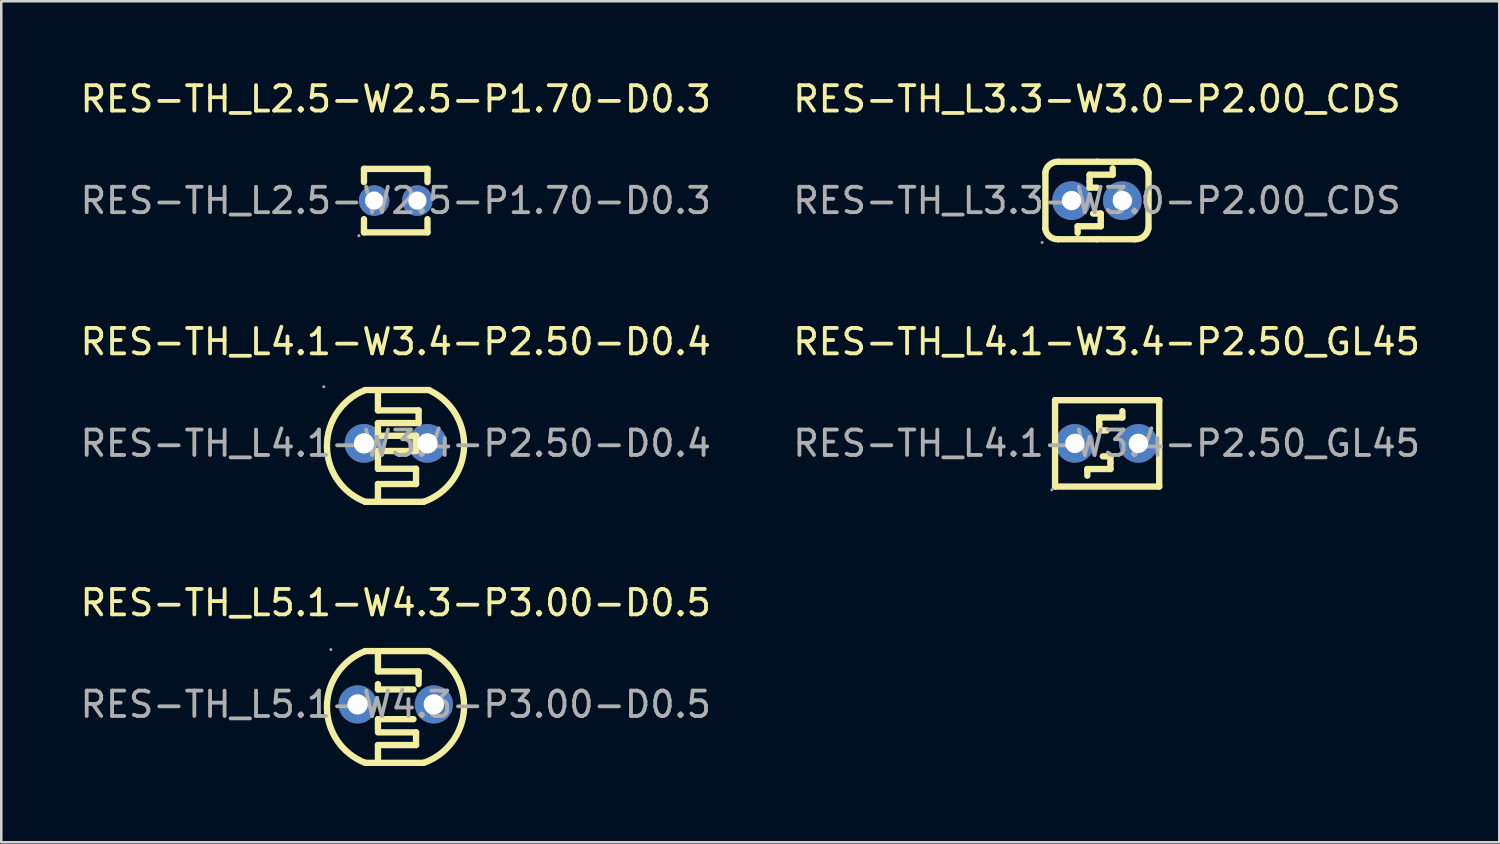
<source format=kicad_pcb>
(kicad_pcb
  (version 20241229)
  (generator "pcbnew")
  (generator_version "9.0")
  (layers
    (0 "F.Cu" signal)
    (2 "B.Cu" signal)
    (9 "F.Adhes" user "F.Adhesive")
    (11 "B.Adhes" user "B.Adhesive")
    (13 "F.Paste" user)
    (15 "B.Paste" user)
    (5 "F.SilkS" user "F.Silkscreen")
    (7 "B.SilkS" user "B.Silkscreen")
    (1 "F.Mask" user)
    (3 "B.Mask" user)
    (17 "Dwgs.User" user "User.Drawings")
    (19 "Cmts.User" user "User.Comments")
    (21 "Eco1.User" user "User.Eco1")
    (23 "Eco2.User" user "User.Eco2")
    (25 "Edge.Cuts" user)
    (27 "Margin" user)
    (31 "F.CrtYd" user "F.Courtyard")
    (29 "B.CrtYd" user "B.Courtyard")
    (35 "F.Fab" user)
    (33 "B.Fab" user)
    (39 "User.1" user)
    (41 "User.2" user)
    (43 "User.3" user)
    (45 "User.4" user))
  (footprint "RES-TH_L4.1-W3.4-P2.50_GL45"
    (layer "F.Cu")
    (at 40.518 14.406)
    (property "Reference" "RES-TH_L4.1-W3.4-P2.50_GL45" (at 0 -4 0) (layer "F.SilkS") (effects (font (size 1 1) (thickness 0.15))))
    (attr through_hole)
    (fp_line (start -2.03 -1.7) (end -2.03 1.7) (stroke (width 0.25) (type solid)) (layer "F.SilkS"))
    (fp_line (start -2.03 -1.7) (end 2.07 -1.7) (stroke (width 0.25) (type solid)) (layer "F.SilkS"))
    (fp_line (start -2.03 1.7) (end 2.07 1.7) (stroke (width 0.25) (type solid)) (layer "F.SilkS"))
    (fp_line (start -0.76 1.01) (end -0.76 1.27) (stroke (width 0.25) (type solid)) (layer "F.SilkS"))
    (fp_line (start -0.29 -1.02) (end 0.62 -1.02) (stroke (width 0.25) (type solid)) (layer "F.SilkS"))
    (fp_line (start -0.29 -0.76) (end -0.29 -1.02) (stroke (width 0.25) (type solid)) (layer "F.SilkS"))
    (fp_line (start -0.29 -0.51) (end -0.29 -0.76) (stroke (width 0.25) (type solid)) (layer "F.SilkS"))
    (fp_line (start -0.15 0.51) (end 0.15 0.51) (stroke (width 0.25) (type solid)) (layer "F.SilkS"))
    (fp_line (start 0 -0.51) (end -0.29 -0.51) (stroke (width 0.25) (type solid)) (layer "F.SilkS"))
    (fp_line (start 0.15 0.51) (end 0.15 0.76) (stroke (width 0.25) (type solid)) (layer "F.SilkS"))
    (fp_line (start 0.15 0.76) (end 0.15 1.01) (stroke (width 0.25) (type solid)) (layer "F.SilkS"))
    (fp_line (start 0.15 1.01) (end -0.76 1.01) (stroke (width 0.25) (type solid)) (layer "F.SilkS"))
    (fp_line (start 0.62 -1.02) (end 0.62 -1.27) (stroke (width 0.25) (type solid)) (layer "F.SilkS"))
    (fp_line (start 2.07 -1.7) (end 2.07 1.7) (stroke (width 0.25) (type solid)) (layer "F.SilkS"))
    (fp_circle (center -2.16 1.83) (end -2.13 1.83) (stroke (width 0.06) (type solid)) (fill no) (layer "F.Fab"))
    (fp_circle (center -1.25 0) (end -1.11 0) (stroke (width 0.28) (type solid)) (fill no) (layer "F.Fab"))
    (fp_circle (center 1.25 0) (end 1.39 0) (stroke (width 0.28) (type solid)) (fill no) (layer "F.Fab"))
    (fp_text user "${REFERENCE}" (at 0 0 0) (layer "F.Fab") (effects (font (size 1 1) (thickness 0.15))))
    (pad "1" thru_hole circle (at -1.25 0) (size 1.52 1.52) (drill 0.762) (layers "*.Cu" "*.Paste" "*.Mask"))
    (pad "2" thru_hole circle (at 1.25 0) (size 1.52 1.52) (drill 0.762) (layers "*.Cu" "*.Paste" "*.Mask")))
  (footprint "RES-TH_L2.5-W2.5-P1.70-D0.3"
    (layer "F.Cu")
    (at 12.53 4.848)
    (property "Reference" "RES-TH_L2.5-W2.5-P1.70-D0.3" (at 0 -4 0) (layer "F.SilkS") (effects (font (size 1 1) (thickness 0.15))))
    (attr through_hole)
    (fp_line (start -1.25 -1.25) (end 1.25 -1.25) (stroke (width 0.25) (type solid)) (layer "F.SilkS"))
    (fp_line (start -1.25 -0.73) (end -1.25 -1.25) (stroke (width 0.25) (type solid)) (layer "F.SilkS"))
    (fp_line (start -1.25 1.25) (end -1.25 0.73) (stroke (width 0.25) (type solid)) (layer "F.SilkS"))
    (fp_line (start 1.25 -1.25) (end 1.25 -0.73) (stroke (width 0.25) (type solid)) (layer "F.SilkS"))
    (fp_line (start 1.25 0.73) (end 1.25 1.25) (stroke (width 0.25) (type solid)) (layer "F.SilkS"))
    (fp_line (start 1.25 1.25) (end -1.25 1.25) (stroke (width 0.25) (type solid)) (layer "F.SilkS"))
    (fp_circle (center -1.45 1.38) (end -1.42 1.38) (stroke (width 0.06) (type solid)) (fill no) (layer "F.Fab"))
    (fp_circle (center -0.85 0) (end -0.73 0) (stroke (width 0.25) (type solid)) (fill no) (layer "F.Fab"))
    (fp_circle (center 0.85 0) (end 0.97 0) (stroke (width 0.25) (type solid)) (fill no) (layer "F.Fab"))
    (fp_text user "${REFERENCE}" (at 0 0 0) (layer "F.Fab") (effects (font (size 1 1) (thickness 0.15))))
    (pad "1" thru_hole circle (at -0.85 0) (size 1.2 1.2) (drill 0.7) (layers "*.Cu" "*.Paste" "*.Mask"))
    (pad "2" thru_hole circle (at 0.85 0) (size 1.2 1.2) (drill 0.7) (layers "*.Cu" "*.Paste" "*.Mask")))
  (footprint "RES-TH_L4.1-W3.4-P2.50-D0.4"
    (layer "F.Cu")
    (at 12.53 14.406)
    (property "Reference" "RES-TH_L4.1-W3.4-P2.50-D0.4" (at 0 -4 0) (layer "F.SilkS") (effects (font (size 1 1) (thickness 0.15))))
    (attr through_hole)
    (fp_line (start -0.7 -1.3) (end -0.7 -2.1) (stroke (width 0.25) (type solid)) (layer "F.SilkS"))
    (fp_line (start -0.7 -0.8) (end 0.9 -0.8) (stroke (width 0.25) (type solid)) (layer "F.SilkS"))
    (fp_line (start -0.7 -0.3) (end -0.7 -0.8) (stroke (width 0.25) (type solid)) (layer "F.SilkS"))
    (fp_line (start -0.7 0.3) (end 0.8 0.3) (stroke (width 0.25) (type solid)) (layer "F.SilkS"))
    (fp_line (start -0.7 1) (end -0.7 0.3) (stroke (width 0.25) (type solid)) (layer "F.SilkS"))
    (fp_line (start -0.7 1.6) (end 0.8 1.6) (stroke (width 0.25) (type solid)) (layer "F.SilkS"))
    (fp_line (start -0.7 2.3) (end -0.7 1.6) (stroke (width 0.25) (type solid)) (layer "F.SilkS"))
    (fp_line (start 0.8 -0.3) (end -0.7 -0.3) (stroke (width 0.25) (type solid)) (layer "F.SilkS"))
    (fp_line (start 0.8 0.3) (end 0.8 -0.3) (stroke (width 0.25) (type solid)) (layer "F.SilkS"))
    (fp_line (start 0.8 1) (end -0.7 1) (stroke (width 0.25) (type solid)) (layer "F.SilkS"))
    (fp_line (start 0.8 1.6) (end 0.8 1) (stroke (width 0.25) (type solid)) (layer "F.SilkS"))
    (fp_line (start 0.9 -1.3) (end -0.7 -1.3) (stroke (width 0.25) (type solid)) (layer "F.SilkS"))
    (fp_line (start 0.9 -0.8) (end 0.9 -1.3) (stroke (width 0.25) (type solid)) (layer "F.SilkS"))
    (fp_line (start 1.1 2.3) (end -1.2 2.3) (stroke (width 0.25) (type solid)) (layer "F.SilkS"))
    (fp_line (start 1.3 -2.1) (end -1.2 -2.1) (stroke (width 0.25) (type solid)) (layer "F.SilkS"))
    (fp_arc (start -1.2 2.3) (mid -2.708492 0.103922) (end -1.207312 -2.097161) (stroke (width 0.25) (type solid)) (layer "F.SilkS"))
    (fp_arc (start 1.3 -2.1) (mid 2.689249 0.172517) (end 1.090891 2.303151) (stroke (width 0.25) (type solid)) (layer "F.SilkS"))
    (fp_circle (center -2.83 -2.23) (end -2.8 -2.23) (stroke (width 0.06) (type solid)) (fill no) (layer "F.Fab"))
    (fp_circle (center -1.25 0) (end -1.1 0) (stroke (width 0.3) (type solid)) (fill no) (layer "F.Fab"))
    (fp_circle (center 1.25 0) (end 1.4 0) (stroke (width 0.3) (type solid)) (fill no) (layer "F.Fab"))
    (fp_text user "${REFERENCE}" (at 0 0 0) (layer "F.Fab") (effects (font (size 1 1) (thickness 0.15))))
    (pad "1" thru_hole circle (at -1.25 0) (size 1.52 1.52) (drill 0.8) (layers "*.Cu" "*.Paste" "*.Mask"))
    (pad "2" thru_hole circle (at 1.25 0) (size 1.52 1.52) (drill 0.8) (layers "*.Cu" "*.Paste" "*.Mask")))
  (footprint "RES-TH_L5.1-W4.3-P3.00-D0.5"
    (layer "F.Cu")
    (at 12.53 24.683)
    (property "Reference" "RES-TH_L5.1-W4.3-P3.00-D0.5" (at 0 -4 0) (layer "F.SilkS") (effects (font (size 1 1) (thickness 0.15))))
    (attr through_hole)
    (fp_line (start -0.7 -2.1) (end -0.7 -1.3) (stroke (width 0.25) (type solid)) (layer "F.SilkS"))
    (fp_line (start -0.7 -1.3) (end 0.9 -1.3) (stroke (width 0.25) (type solid)) (layer "F.SilkS"))
    (fp_line (start -0.7 -0.8) (end -0.7 -0.59) (stroke (width 0.25) (type solid)) (layer "F.SilkS"))
    (fp_line (start -0.7 -0.59) (end 0.7 -0.59) (stroke (width 0.25) (type solid)) (layer "F.SilkS"))
    (fp_line (start -0.7 0.58) (end -0.7 1) (stroke (width 0.25) (type solid)) (layer "F.SilkS"))
    (fp_line (start -0.7 0.58) (end 0.7 0.58) (stroke (width 0.25) (type solid)) (layer "F.SilkS"))
    (fp_line (start -0.7 1.6) (end -0.7 2.3) (stroke (width 0.25) (type solid)) (layer "F.SilkS"))
    (fp_line (start -0.7 1.6) (end 0.8 1.6) (stroke (width 0.25) (type solid)) (layer "F.SilkS"))
    (fp_line (start 0.8 1.1) (end -0.7 1.1) (stroke (width 0.25) (type solid)) (layer "F.SilkS"))
    (fp_line (start 0.8 1.1) (end 0.8 1.6) (stroke (width 0.25) (type solid)) (layer "F.SilkS"))
    (fp_line (start 0.9 -1.3) (end 0.9 -0.8) (stroke (width 0.25) (type solid)) (layer "F.SilkS"))
    (fp_line (start 1.1 2.3) (end -1.2 2.3) (stroke (width 0.25) (type solid)) (layer "F.SilkS"))
    (fp_line (start 1.3 -2.1) (end -1.2 -2.1) (stroke (width 0.25) (type solid)) (layer "F.SilkS"))
    (fp_arc (start -1.2 2.3) (mid -2.708492 0.103922) (end -1.207312 -2.097161) (stroke (width 0.25) (type solid)) (layer "F.SilkS"))
    (fp_arc (start 1.3 -2.1) (mid 2.689249 0.172517) (end 1.090891 2.303151) (stroke (width 0.25) (type solid)) (layer "F.SilkS"))
    (fp_circle (center -2.55 -2.16) (end -2.52 -2.16) (stroke (width 0.06) (type solid)) (fill no) (layer "F.Fab"))
    (fp_circle (center -1.5 0) (end -1.38 0) (stroke (width 0.25) (type solid)) (fill no) (layer "F.Fab"))
    (fp_circle (center 1.5 0) (end 1.62 0) (stroke (width 0.25) (type solid)) (fill no) (layer "F.Fab"))
    (fp_text user "${REFERENCE}" (at 0 0 0) (layer "F.Fab") (effects (font (size 1 1) (thickness 0.15))))
    (pad "1" thru_hole circle (at -1.5 0) (size 1.5 1.5) (drill 0.8) (layers "*.Cu" "*.Paste" "*.Mask"))
    (pad "2" thru_hole circle (at 1.5 0) (size 1.5 1.5) (drill 0.8) (layers "*.Cu" "*.Paste" "*.Mask")))
  (footprint "RES-TH_L3.3-W3.0-P2.00_CDS"
    (layer "F.Cu")
    (at 40.137 4.848)
    (property "Reference" "RES-TH_L3.3-W3.0-P2.00_CDS" (at 0 -4 0) (layer "F.SilkS") (effects (font (size 1 1) (thickness 0.15))))
    (attr through_hole)
    (fp_line (start -2.03 -1.1) (end -2.03 1.1) (stroke (width 0.25) (type solid)) (layer "F.SilkS"))
    (fp_line (start -1.52 -1.53) (end 0 -1.53) (stroke (width 0.25) (type solid)) (layer "F.SilkS"))
    (fp_line (start -1.52 1.52) (end 0 1.52) (stroke (width 0.25) (type solid)) (layer "F.SilkS"))
    (fp_line (start -0.76 1.01) (end -0.76 1.27) (stroke (width 0.25) (type solid)) (layer "F.SilkS"))
    (fp_line (start -0.29 -1.02) (end 0.62 -1.02) (stroke (width 0.25) (type solid)) (layer "F.SilkS"))
    (fp_line (start -0.29 -0.76) (end -0.29 -1.02) (stroke (width 0.25) (type solid)) (layer "F.SilkS"))
    (fp_line (start -0.29 -0.51) (end -0.29 -0.76) (stroke (width 0.25) (type solid)) (layer "F.SilkS"))
    (fp_line (start -0.15 0.51) (end 0.15 0.51) (stroke (width 0.25) (type solid)) (layer "F.SilkS"))
    (fp_line (start 0 -1.53) (end 1.48 -1.53) (stroke (width 0.25) (type solid)) (layer "F.SilkS"))
    (fp_line (start 0 -0.51) (end -0.29 -0.51) (stroke (width 0.25) (type solid)) (layer "F.SilkS"))
    (fp_line (start 0 1.52) (end 1.48 1.52) (stroke (width 0.25) (type solid)) (layer "F.SilkS"))
    (fp_line (start 0.15 0.51) (end 0.15 0.76) (stroke (width 0.25) (type solid)) (layer "F.SilkS"))
    (fp_line (start 0.15 0.76) (end 0.15 1.01) (stroke (width 0.25) (type solid)) (layer "F.SilkS"))
    (fp_line (start 0.15 1.01) (end -0.76 1.01) (stroke (width 0.25) (type solid)) (layer "F.SilkS"))
    (fp_line (start 0.62 -1.02) (end 0.62 -1.27) (stroke (width 0.25) (type solid)) (layer "F.SilkS"))
    (fp_line (start 2.03 -1.1) (end 2.03 1.1) (stroke (width 0.25) (type solid)) (layer "F.SilkS"))
    (fp_arc (start -2.03476 -1.104919) (mid -1.858626 -1.415847) (end -1.52 -1.53) (stroke (width 0.25) (type solid)) (layer "F.SilkS"))
    (fp_arc (start -1.52 1.52) (mid -1.858188 1.412126) (end -2.035238 1.104456) (stroke (width 0.25) (type solid)) (layer "F.SilkS"))
    (fp_arc (start 1.478512 -1.530868) (mid 1.833254 -1.416547) (end 2.03 -1.1) (stroke (width 0.25) (type solid)) (layer "F.SilkS"))
    (fp_arc (start 2.017452 1.100645) (mid 1.832995 1.418323) (end 1.48 1.52) (stroke (width 0.25) (type solid)) (layer "F.SilkS"))
    (fp_circle (center -2.16 1.65) (end -2.13 1.65) (stroke (width 0.06) (type solid)) (fill no) (layer "F.Fab"))
    (fp_circle (center -1 0) (end -0.86 0) (stroke (width 0.28) (type solid)) (fill no) (layer "F.Fab"))
    (fp_circle (center 1 0) (end 1.14 0) (stroke (width 0.28) (type solid)) (fill no) (layer "F.Fab"))
    (fp_text user "${REFERENCE}" (at 0 0 0) (layer "F.Fab") (effects (font (size 1 1) (thickness 0.15))))
    (pad "1" thru_hole circle (at -1 0) (size 1.52 1.52) (drill 0.762) (layers "*.Cu" "*.Paste" "*.Mask"))
    (pad "2" thru_hole circle (at 1 0) (size 1.52 1.52) (drill 0.762) (layers "*.Cu" "*.Paste" "*.Mask")))
  (gr_rect
    (start -3 -3)
    (end 55.976 30.111)
    (stroke (width 0.1) (type default))
    (fill no)
    (layer "Edge.Cuts")))
</source>
